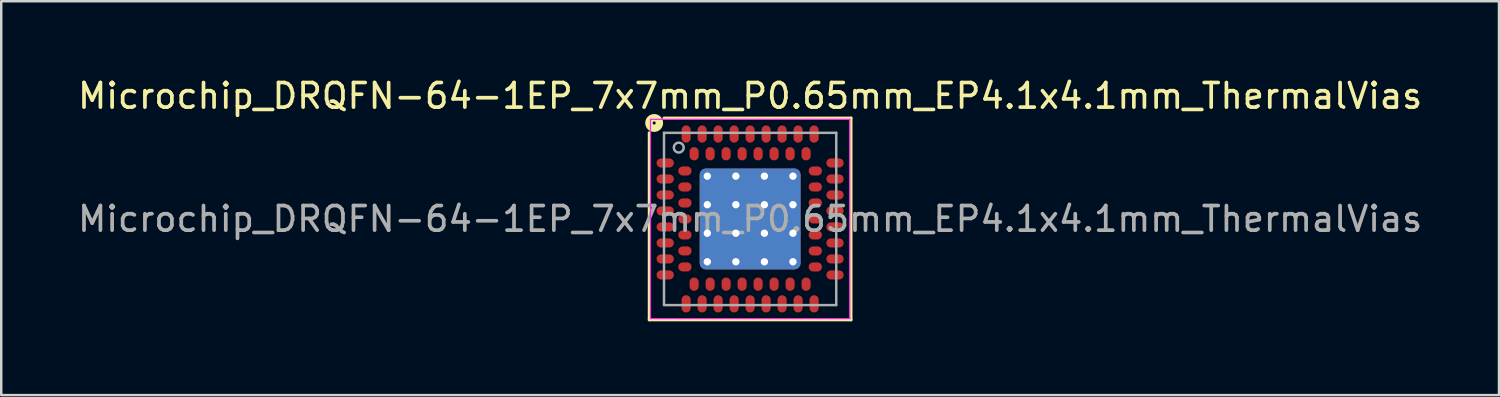
<source format=kicad_pcb>
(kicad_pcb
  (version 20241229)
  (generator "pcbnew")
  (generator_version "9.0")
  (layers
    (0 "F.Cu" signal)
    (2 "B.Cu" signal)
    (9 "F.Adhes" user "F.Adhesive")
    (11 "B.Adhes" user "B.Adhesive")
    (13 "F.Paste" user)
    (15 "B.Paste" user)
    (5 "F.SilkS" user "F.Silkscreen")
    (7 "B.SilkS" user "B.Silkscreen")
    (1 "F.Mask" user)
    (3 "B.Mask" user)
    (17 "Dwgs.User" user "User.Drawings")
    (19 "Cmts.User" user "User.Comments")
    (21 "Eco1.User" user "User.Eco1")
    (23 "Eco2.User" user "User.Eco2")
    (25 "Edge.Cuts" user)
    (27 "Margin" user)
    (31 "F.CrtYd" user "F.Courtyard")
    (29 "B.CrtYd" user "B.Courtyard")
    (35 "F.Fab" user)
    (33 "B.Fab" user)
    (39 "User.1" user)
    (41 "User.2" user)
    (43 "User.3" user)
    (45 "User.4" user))
  (footprint "Microchip_DRQFN-64-1EP_7x7mm_P0.65mm_EP4.1x4.1mm_ThermalVias"
    (layer "F.Cu")
    (at 27.435 5.848)
    (property "Reference" "Microchip_DRQFN-64-1EP_7x7mm_P0.65mm_EP4.1x4.1mm_ThermalVias" (at 0 -5 0) (layer "F.SilkS") (effects (font (size 1 1) (thickness 0.15))))
    (attr smd)
    (fp_line (start -4.1 4.1) (end -4.1 -3.5) (stroke (width 0.12) (type solid)) (layer "F.SilkS"))
    (fp_line (start -3.5 -4.1) (end 4.1 -4.1) (stroke (width 0.12) (type solid)) (layer "F.SilkS"))
    (fp_line (start 4.1 -4.1) (end 4.1 4.1) (stroke (width 0.12) (type solid)) (layer "F.SilkS"))
    (fp_line (start 4.1 4.1) (end -4.1 4.1) (stroke (width 0.12) (type solid)) (layer "F.SilkS"))
    (fp_circle (center -3.9 -3.9) (end -3.837 -3.9) (stroke (width 0.3) (type solid)) (fill no) (layer "F.SilkS"))
    (fp_line (start -4.05 -4.05) (end 4.05 -4.05) (stroke (width 0.05) (type solid)) (layer "F.CrtYd"))
    (fp_line (start -4.05 4.05) (end -4.05 -4.05) (stroke (width 0.05) (type solid)) (layer "F.CrtYd"))
    (fp_line (start 4.05 -4.05) (end 4.05 4.05) (stroke (width 0.05) (type solid)) (layer "F.CrtYd"))
    (fp_line (start 4.05 4.05) (end -4.05 4.05) (stroke (width 0.05) (type solid)) (layer "F.CrtYd"))
    (fp_line (start -3.5 -3.5) (end 3.5 -3.5) (stroke (width 0.1) (type solid)) (layer "F.Fab"))
    (fp_line (start -3.5 3.5) (end -3.5 -3.5) (stroke (width 0.1) (type solid)) (layer "F.Fab"))
    (fp_line (start 3.5 -3.5) (end 3.5 3.5) (stroke (width 0.1) (type solid)) (layer "F.Fab"))
    (fp_line (start 3.5 3.5) (end -3.5 3.5) (stroke (width 0.1) (type solid)) (layer "F.Fab"))
    (fp_circle (center -2.9 -2.9) (end -2.7 -2.9) (stroke (width 0.1) (type solid)) (fill no) (layer "F.Fab"))
    (fp_text user "${REFERENCE}" (at 0 0 0) (layer "F.Fab") (effects (font (size 1 1) (thickness 0.15))))
    (pad "" smd roundrect (at -1.16 -1.16) (size 1 1) (layers "F.Paste") (roundrect_rratio 0.25))
    (pad "" smd roundrect (at -1.16 0) (size 1 1) (layers "F.Paste") (roundrect_rratio 0.25))
    (pad "" smd roundrect (at -1.16 1.16) (size 1 1) (layers "F.Paste") (roundrect_rratio 0.25))
    (pad "" smd roundrect (at 0 -1.16) (size 1 1) (layers "F.Paste") (roundrect_rratio 0.25))
    (pad "" smd roundrect (at 0 0) (size 1 1) (layers "F.Paste") (roundrect_rratio 0.25))
    (pad "" smd roundrect (at 0 1.16) (size 1 1) (layers "F.Paste") (roundrect_rratio 0.25))
    (pad "" smd roundrect (at 1.16 -1.16) (size 1 1) (layers "F.Paste") (roundrect_rratio 0.25))
    (pad "" smd roundrect (at 1.16 0) (size 1 1) (layers "F.Paste") (roundrect_rratio 0.25))
    (pad "" smd roundrect (at 1.16 1.16) (size 1 1) (layers "F.Paste") (roundrect_rratio 0.25))
    (pad "A1" smd oval (at -3.45 -2.275) (size 0.7 0.37) (layers "F.Cu" "F.Mask" "F.Paste"))
    (pad "A2" smd oval (at -3.45 -1.625) (size 0.7 0.37) (layers "F.Cu" "F.Mask" "F.Paste"))
    (pad "A3" smd oval (at -3.45 -0.975) (size 0.7 0.37) (layers "F.Cu" "F.Mask" "F.Paste"))
    (pad "A4" smd oval (at -3.45 -0.325) (size 0.7 0.37) (layers "F.Cu" "F.Mask" "F.Paste"))
    (pad "A5" smd oval (at -3.45 0.325) (size 0.7 0.37) (layers "F.Cu" "F.Mask" "F.Paste"))
    (pad "A6" smd oval (at -3.45 0.975) (size 0.7 0.37) (layers "F.Cu" "F.Mask" "F.Paste"))
    (pad "A7" smd oval (at -3.45 1.625) (size 0.7 0.37) (layers "F.Cu" "F.Mask" "F.Paste"))
    (pad "A8" smd oval (at -3.45 2.275) (size 0.7 0.37) (layers "F.Cu" "F.Mask" "F.Paste"))
    (pad "A9" smd oval (at -2.6 3.45) (size 0.37 0.7) (layers "F.Cu" "F.Mask" "F.Paste"))
    (pad "A10" smd oval (at -1.95 3.45) (size 0.37 0.7) (layers "F.Cu" "F.Mask" "F.Paste"))
    (pad "A11" smd oval (at -1.3 3.45) (size 0.37 0.7) (layers "F.Cu" "F.Mask" "F.Paste"))
    (pad "A12" smd oval (at -0.65 3.45) (size 0.37 0.7) (layers "F.Cu" "F.Mask" "F.Paste"))
    (pad "A13" smd oval (at 0 3.45) (size 0.37 0.7) (layers "F.Cu" "F.Mask" "F.Paste"))
    (pad "A14" smd oval (at 0.65 3.45) (size 0.37 0.7) (layers "F.Cu" "F.Mask" "F.Paste"))
    (pad "A15" smd oval (at 1.3 3.45) (size 0.37 0.7) (layers "F.Cu" "F.Mask" "F.Paste"))
    (pad "A16" smd oval (at 1.95 3.45) (size 0.37 0.7) (layers "F.Cu" "F.Mask" "F.Paste"))
    (pad "A17" smd oval (at 2.6 3.45) (size 0.37 0.7) (layers "F.Cu" "F.Mask" "F.Paste"))
    (pad "A18" smd oval (at 3.45 2.275) (size 0.7 0.37) (layers "F.Cu" "F.Mask" "F.Paste"))
    (pad "A19" smd oval (at 3.45 1.625) (size 0.7 0.37) (layers "F.Cu" "F.Mask" "F.Paste"))
    (pad "A20" smd oval (at 3.45 0.975) (size 0.7 0.37) (layers "F.Cu" "F.Mask" "F.Paste"))
    (pad "A21" smd oval (at 3.45 0.325) (size 0.7 0.37) (layers "F.Cu" "F.Mask" "F.Paste"))
    (pad "A22" smd oval (at 3.45 -0.325) (size 0.7 0.37) (layers "F.Cu" "F.Mask" "F.Paste"))
    (pad "A23" smd oval (at 3.45 -0.975) (size 0.7 0.37) (layers "F.Cu" "F.Mask" "F.Paste"))
    (pad "A24" smd oval (at 3.45 -1.625) (size 0.7 0.37) (layers "F.Cu" "F.Mask" "F.Paste"))
    (pad "A25" smd oval (at 3.45 -2.275) (size 0.7 0.37) (layers "F.Cu" "F.Mask" "F.Paste"))
    (pad "A26" smd oval (at 2.6 -3.45) (size 0.37 0.7) (layers "F.Cu" "F.Mask" "F.Paste"))
    (pad "A27" smd oval (at 1.95 -3.45) (size 0.37 0.7) (layers "F.Cu" "F.Mask" "F.Paste"))
    (pad "A28" smd oval (at 1.3 -3.45) (size 0.37 0.7) (layers "F.Cu" "F.Mask" "F.Paste"))
    (pad "A29" smd oval (at 0.65 -3.45) (size 0.37 0.7) (layers "F.Cu" "F.Mask" "F.Paste"))
    (pad "A30" smd oval (at 0 -3.45) (size 0.37 0.7) (layers "F.Cu" "F.Mask" "F.Paste"))
    (pad "A31" smd oval (at -0.65 -3.45) (size 0.37 0.7) (layers "F.Cu" "F.Mask" "F.Paste"))
    (pad "A32" smd oval (at -1.3 -3.45) (size 0.37 0.7) (layers "F.Cu" "F.Mask" "F.Paste"))
    (pad "A33" smd oval (at -1.95 -3.45) (size 0.37 0.7) (layers "F.Cu" "F.Mask" "F.Paste"))
    (pad "A34" smd oval (at -2.6 -3.45) (size 0.37 0.7) (layers "F.Cu" "F.Mask" "F.Paste"))
    (pad "B1" smd oval (at -2.65 -1.95) (size 0.54 0.37) (layers "F.Cu" "F.Mask" "F.Paste"))
    (pad "B2" smd oval (at -2.65 -1.3) (size 0.54 0.37) (layers "F.Cu" "F.Mask" "F.Paste"))
    (pad "B3" smd oval (at -2.65 -0.65) (size 0.54 0.37) (layers "F.Cu" "F.Mask" "F.Paste"))
    (pad "B4" smd oval (at -2.65 0) (size 0.54 0.37) (layers "F.Cu" "F.Mask" "F.Paste"))
    (pad "B5" smd oval (at -2.65 0.65) (size 0.54 0.37) (layers "F.Cu" "F.Mask" "F.Paste"))
    (pad "B6" smd oval (at -2.65 1.3) (size 0.54 0.37) (layers "F.Cu" "F.Mask" "F.Paste"))
    (pad "B7" smd oval (at -2.65 1.95) (size 0.54 0.37) (layers "F.Cu" "F.Mask" "F.Paste"))
    (pad "B8" smd oval (at -2.275 2.65) (size 0.37 0.54) (layers "F.Cu" "F.Mask" "F.Paste"))
    (pad "B9" smd oval (at -1.625 2.65) (size 0.37 0.54) (layers "F.Cu" "F.Mask" "F.Paste"))
    (pad "B10" smd oval (at -0.975 2.65) (size 0.37 0.54) (layers "F.Cu" "F.Mask" "F.Paste"))
    (pad "B11" smd oval (at -0.325 2.65) (size 0.37 0.54) (layers "F.Cu" "F.Mask" "F.Paste"))
    (pad "B12" smd oval (at 0.325 2.65) (size 0.37 0.54) (layers "F.Cu" "F.Mask" "F.Paste"))
    (pad "B13" smd oval (at 0.975 2.65) (size 0.37 0.54) (layers "F.Cu" "F.Mask" "F.Paste"))
    (pad "B14" smd oval (at 1.625 2.65) (size 0.37 0.54) (layers "F.Cu" "F.Mask" "F.Paste"))
    (pad "B15" smd oval (at 2.275 2.65) (size 0.37 0.54) (layers "F.Cu" "F.Mask" "F.Paste"))
    (pad "B16" smd oval (at 2.65 1.95) (size 0.54 0.37) (layers "F.Cu" "F.Mask" "F.Paste"))
    (pad "B17" smd oval (at 2.65 1.3) (size 0.54 0.37) (layers "F.Cu" "F.Mask" "F.Paste"))
    (pad "B18" smd oval (at 2.65 0.65) (size 0.54 0.37) (layers "F.Cu" "F.Mask" "F.Paste"))
    (pad "B19" smd oval (at 2.65 0) (size 0.54 0.37) (layers "F.Cu" "F.Mask" "F.Paste"))
    (pad "B20" smd oval (at 2.65 -0.65) (size 0.54 0.37) (layers "F.Cu" "F.Mask" "F.Paste"))
    (pad "B21" smd oval (at 2.65 -1.3) (size 0.54 0.37) (layers "F.Cu" "F.Mask" "F.Paste"))
    (pad "B22" smd oval (at 2.65 -1.95) (size 0.54 0.37) (layers "F.Cu" "F.Mask" "F.Paste"))
    (pad "B23" smd oval (at 2.275 -2.65) (size 0.37 0.54) (layers "F.Cu" "F.Mask" "F.Paste"))
    (pad "B24" smd oval (at 1.625 -2.65) (size 0.37 0.54) (layers "F.Cu" "F.Mask" "F.Paste"))
    (pad "B25" smd oval (at 0.975 -2.65) (size 0.37 0.54) (layers "F.Cu" "F.Mask" "F.Paste"))
    (pad "B26" smd oval (at 0.325 -2.65) (size 0.37 0.54) (layers "F.Cu" "F.Mask" "F.Paste"))
    (pad "B27" smd oval (at -0.325 -2.65) (size 0.37 0.54) (layers "F.Cu" "F.Mask" "F.Paste"))
    (pad "B28" smd oval (at -0.975 -2.65) (size 0.37 0.54) (layers "F.Cu" "F.Mask" "F.Paste"))
    (pad "B29" smd oval (at -1.625 -2.65) (size 0.37 0.54) (layers "F.Cu" "F.Mask" "F.Paste"))
    (pad "B30" smd oval (at -2.275 -2.65) (size 0.37 0.54) (layers "F.Cu" "F.Mask" "F.Paste"))
    (pad "EP" thru_hole circle (at -1.74 -1.74) (size 0.6 0.6) (drill 0.3) (property pad_prop_heatsink) (layers "*.Cu"))
    (pad "EP" thru_hole circle (at -1.74 -0.58) (size 0.6 0.6) (drill 0.3) (property pad_prop_testpoint) (layers "*.Cu"))
    (pad "EP" thru_hole circle (at -1.74 0.58) (size 0.6 0.6) (drill 0.3) (property pad_prop_heatsink) (layers "*.Cu"))
    (pad "EP" thru_hole circle (at -1.74 1.74) (size 0.6 0.6) (drill 0.3) (property pad_prop_heatsink) (layers "*.Cu"))
    (pad "EP" thru_hole circle (at -0.58 -1.74) (size 0.6 0.6) (drill 0.3) (property pad_prop_heatsink) (layers "*.Cu"))
    (pad "EP" thru_hole circle (at -0.58 -0.58) (size 0.6 0.6) (drill 0.3) (property pad_prop_testpoint) (layers "*.Cu"))
    (pad "EP" thru_hole circle (at -0.58 0.58) (size 0.6 0.6) (drill 0.3) (property pad_prop_heatsink) (layers "*.Cu"))
    (pad "EP" thru_hole circle (at -0.58 1.74) (size 0.6 0.6) (drill 0.3) (property pad_prop_heatsink) (layers "*.Cu"))
    (pad "EP" smd roundrect (at 0 0) (size 4.1 4.1) (layers "F.Cu" "F.Mask") (roundrect_rratio 0.06))
    (pad "EP" smd roundrect (at 0 0) (size 4.1 4.1) (layers "B.Cu" "B.Mask") (roundrect_rratio 0.06))
    (pad "EP" thru_hole circle (at 0.58 -1.74) (size 0.6 0.6) (drill 0.3) (property pad_prop_heatsink) (layers "*.Cu"))
    (pad "EP" thru_hole circle (at 0.58 -0.58) (size 0.6 0.6) (drill 0.3) (property pad_prop_testpoint) (layers "*.Cu"))
    (pad "EP" thru_hole circle (at 0.58 0.58) (size 0.6 0.6) (drill 0.3) (property pad_prop_heatsink) (layers "*.Cu"))
    (pad "EP" thru_hole circle (at 0.58 1.74) (size 0.6 0.6) (drill 0.3) (property pad_prop_heatsink) (layers "*.Cu"))
    (pad "EP" thru_hole circle (at 1.74 -1.74) (size 0.6 0.6) (drill 0.3) (property pad_prop_heatsink) (layers "*.Cu"))
    (pad "EP" thru_hole circle (at 1.74 -0.58) (size 0.6 0.6) (drill 0.3) (property pad_prop_testpoint) (layers "*.Cu"))
    (pad "EP" thru_hole circle (at 1.74 0.58) (size 0.6 0.6) (drill 0.3) (property pad_prop_heatsink) (layers "*.Cu"))
    (pad "EP" thru_hole circle (at 1.74 1.74) (size 0.6 0.6) (drill 0.3) (property pad_prop_heatsink) (layers "*.Cu")))
  (gr_rect
    (start -3 -3)
    (end 57.869 13.008)
    (stroke (width 0.1) (type default))
    (fill no)
    (layer "Edge.Cuts")))
</source>
